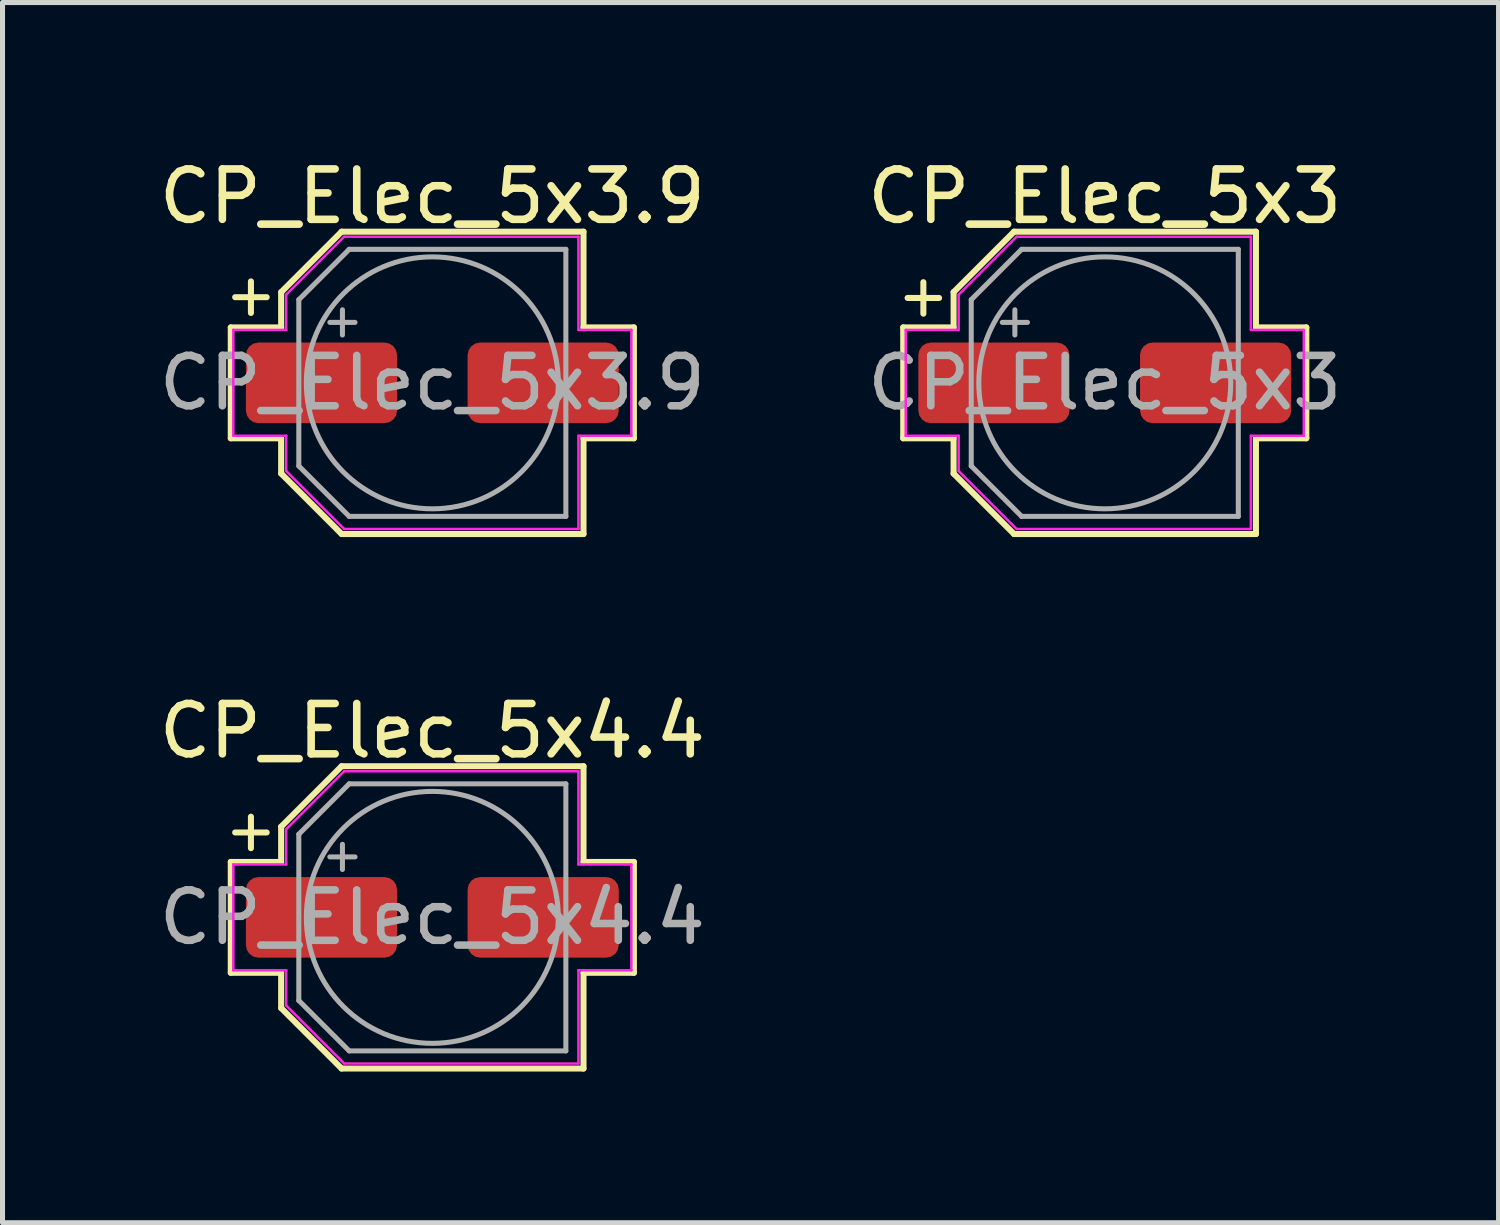
<source format=kicad_pcb>
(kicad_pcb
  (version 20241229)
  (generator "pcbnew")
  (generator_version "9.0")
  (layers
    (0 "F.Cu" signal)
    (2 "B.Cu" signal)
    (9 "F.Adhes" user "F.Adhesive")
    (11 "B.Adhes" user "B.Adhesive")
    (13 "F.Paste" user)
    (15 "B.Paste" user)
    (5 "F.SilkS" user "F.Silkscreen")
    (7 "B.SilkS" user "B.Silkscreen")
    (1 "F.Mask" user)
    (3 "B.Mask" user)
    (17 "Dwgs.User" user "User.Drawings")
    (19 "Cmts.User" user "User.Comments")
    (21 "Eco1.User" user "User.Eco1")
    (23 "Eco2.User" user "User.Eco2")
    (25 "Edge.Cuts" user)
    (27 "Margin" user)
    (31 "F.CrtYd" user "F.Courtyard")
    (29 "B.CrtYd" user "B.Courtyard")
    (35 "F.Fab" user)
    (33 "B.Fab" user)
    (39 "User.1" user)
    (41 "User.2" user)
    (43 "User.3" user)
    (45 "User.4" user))
  (footprint "CP_Elec_5x4.4"
    (layer "F.Cu")
    (at 5.53 15.156)
    (property "Reference" "CP_Elec_5x4.4" (at 0 -3.7 0) (layer "F.SilkS") (effects (font (size 1 1) (thickness 0.15))))
    (attr smd)
    (fp_line (start -4 -1.1) (end -4 1.1) (stroke (width 0.12) (type solid)) (layer "F.SilkS"))
    (fp_line (start -4 1.1) (end -3 1.1) (stroke (width 0.12) (type solid)) (layer "F.SilkS"))
    (fp_line (start -3.913 -1.685) (end -3.288 -1.685) (stroke (width 0.12) (type solid)) (layer "F.SilkS"))
    (fp_line (start -3.6 -1.998) (end -3.6 -1.373) (stroke (width 0.12) (type solid)) (layer "F.SilkS"))
    (fp_line (start -3 -1.8) (end -3 -1.1) (stroke (width 0.12) (type solid)) (layer "F.SilkS"))
    (fp_line (start -3 -1.1) (end -4 -1.1) (stroke (width 0.12) (type solid)) (layer "F.SilkS"))
    (fp_line (start -3 1.1) (end -3 1.8) (stroke (width 0.12) (type solid)) (layer "F.SilkS"))
    (fp_line (start -3 1.8) (end -1.8 3) (stroke (width 0.12) (type solid)) (layer "F.SilkS"))
    (fp_line (start -1.8 -3) (end -3 -1.8) (stroke (width 0.12) (type solid)) (layer "F.SilkS"))
    (fp_line (start -1.8 3) (end 3 3) (stroke (width 0.12) (type solid)) (layer "F.SilkS"))
    (fp_line (start 3 -3) (end -1.8 -3) (stroke (width 0.12) (type solid)) (layer "F.SilkS"))
    (fp_line (start 3 -1.1) (end 3 -3) (stroke (width 0.12) (type solid)) (layer "F.SilkS"))
    (fp_line (start 3 1.1) (end 4 1.1) (stroke (width 0.12) (type solid)) (layer "F.SilkS"))
    (fp_line (start 3 3) (end 3 1.1) (stroke (width 0.12) (type solid)) (layer "F.SilkS"))
    (fp_line (start 4 -1.1) (end 3 -1.1) (stroke (width 0.12) (type solid)) (layer "F.SilkS"))
    (fp_line (start 4 1.1) (end 4 -1.1) (stroke (width 0.12) (type solid)) (layer "F.SilkS"))
    (fp_line (start -3.95 -1.05) (end -3.95 1.05) (stroke (width 0.05) (type solid)) (layer "F.CrtYd"))
    (fp_line (start -3.95 1.05) (end -2.9 1.05) (stroke (width 0.05) (type solid)) (layer "F.CrtYd"))
    (fp_line (start -2.9 -1.75) (end -2.9 -1.05) (stroke (width 0.05) (type solid)) (layer "F.CrtYd"))
    (fp_line (start -2.9 -1.75) (end -1.75 -2.9) (stroke (width 0.05) (type solid)) (layer "F.CrtYd"))
    (fp_line (start -2.9 -1.05) (end -3.95 -1.05) (stroke (width 0.05) (type solid)) (layer "F.CrtYd"))
    (fp_line (start -2.9 1.05) (end -2.9 1.75) (stroke (width 0.05) (type solid)) (layer "F.CrtYd"))
    (fp_line (start -2.9 1.75) (end -1.75 2.9) (stroke (width 0.05) (type solid)) (layer "F.CrtYd"))
    (fp_line (start -1.75 -2.9) (end 2.9 -2.9) (stroke (width 0.05) (type solid)) (layer "F.CrtYd"))
    (fp_line (start -1.75 2.9) (end 2.9 2.9) (stroke (width 0.05) (type solid)) (layer "F.CrtYd"))
    (fp_line (start 2.9 -2.9) (end 2.9 -1.05) (stroke (width 0.05) (type solid)) (layer "F.CrtYd"))
    (fp_line (start 2.9 -1.05) (end 3.95 -1.05) (stroke (width 0.05) (type solid)) (layer "F.CrtYd"))
    (fp_line (start 2.9 1.05) (end 2.9 2.9) (stroke (width 0.05) (type solid)) (layer "F.CrtYd"))
    (fp_line (start 3.95 -1.05) (end 3.95 1.05) (stroke (width 0.05) (type solid)) (layer "F.CrtYd"))
    (fp_line (start 3.95 1.05) (end 2.9 1.05) (stroke (width 0.05) (type solid)) (layer "F.CrtYd"))
    (fp_line (start -2.65 -1.65) (end -2.65 1.65) (stroke (width 0.1) (type solid)) (layer "F.Fab"))
    (fp_line (start -2.65 -1.65) (end -1.65 -2.65) (stroke (width 0.1) (type solid)) (layer "F.Fab"))
    (fp_line (start -2.65 1.65) (end -1.65 2.65) (stroke (width 0.1) (type solid)) (layer "F.Fab"))
    (fp_line (start -2.034 -1.2) (end -1.534 -1.2) (stroke (width 0.1) (type solid)) (layer "F.Fab"))
    (fp_line (start -1.784 -1.45) (end -1.784 -0.95) (stroke (width 0.1) (type solid)) (layer "F.Fab"))
    (fp_line (start -1.65 -2.65) (end 2.65 -2.65) (stroke (width 0.1) (type solid)) (layer "F.Fab"))
    (fp_line (start -1.65 2.65) (end 2.65 2.65) (stroke (width 0.1) (type solid)) (layer "F.Fab"))
    (fp_line (start 2.65 -2.65) (end 2.65 2.65) (stroke (width 0.1) (type solid)) (layer "F.Fab"))
    (fp_circle (center 0 0) (end 2.5 0) (stroke (width 0.1) (type solid)) (fill no) (layer "F.Fab"))
    (fp_text user "${REFERENCE}" (at 0 0 0) (layer "F.Fab") (effects (font (size 1 1) (thickness 0.15))))
    (pad "1" smd roundrect (at -2.2 0) (size 3 1.6) (layers "F.Cu" "F.Mask" "F.Paste") (roundrect_rratio 0.156))
    (pad "2" smd roundrect (at 2.2 0) (size 3 1.6) (layers "F.Cu" "F.Mask" "F.Paste") (roundrect_rratio 0.156)))
  (footprint "CP_Elec_5x3.9"
    (layer "F.Cu")
    (at 5.53 4.548)
    (property "Reference" "CP_Elec_5x3.9" (at 0 -3.7 0) (layer "F.SilkS") (effects (font (size 1 1) (thickness 0.15))))
    (attr smd)
    (fp_line (start -4 -1.1) (end -3 -1.1) (stroke (width 0.12) (type solid)) (layer "F.SilkS"))
    (fp_line (start -4 1.1) (end -4 -1.1) (stroke (width 0.12) (type solid)) (layer "F.SilkS"))
    (fp_line (start -3.913 -1.7) (end -3.288 -1.7) (stroke (width 0.12) (type solid)) (layer "F.SilkS"))
    (fp_line (start -3.6 -2.013) (end -3.6 -1.387) (stroke (width 0.12) (type solid)) (layer "F.SilkS"))
    (fp_line (start -3 -1.8) (end -1.8 -3) (stroke (width 0.12) (type solid)) (layer "F.SilkS"))
    (fp_line (start -3 -1.1) (end -3 -1.8) (stroke (width 0.12) (type solid)) (layer "F.SilkS"))
    (fp_line (start -3 1.1) (end -4 1.1) (stroke (width 0.12) (type solid)) (layer "F.SilkS"))
    (fp_line (start -3 1.8) (end -3 1.1) (stroke (width 0.12) (type solid)) (layer "F.SilkS"))
    (fp_line (start -1.8 -3) (end 3 -3) (stroke (width 0.12) (type solid)) (layer "F.SilkS"))
    (fp_line (start -1.8 3) (end -3 1.8) (stroke (width 0.12) (type solid)) (layer "F.SilkS"))
    (fp_line (start 3 -3) (end 3 -1.1) (stroke (width 0.12) (type solid)) (layer "F.SilkS"))
    (fp_line (start 3 -1.1) (end 4 -1.1) (stroke (width 0.12) (type solid)) (layer "F.SilkS"))
    (fp_line (start 3 1.1) (end 3 3) (stroke (width 0.12) (type solid)) (layer "F.SilkS"))
    (fp_line (start 3 3) (end -1.8 3) (stroke (width 0.12) (type solid)) (layer "F.SilkS"))
    (fp_line (start 4 -1.1) (end 4 1.1) (stroke (width 0.12) (type solid)) (layer "F.SilkS"))
    (fp_line (start 4 1.1) (end 3 1.1) (stroke (width 0.12) (type solid)) (layer "F.SilkS"))
    (fp_line (start -3.95 -1.05) (end -3.95 1.05) (stroke (width 0.05) (type solid)) (layer "F.CrtYd"))
    (fp_line (start -3.95 1.05) (end -2.9 1.05) (stroke (width 0.05) (type solid)) (layer "F.CrtYd"))
    (fp_line (start -2.9 -1.75) (end -2.9 -1.05) (stroke (width 0.05) (type solid)) (layer "F.CrtYd"))
    (fp_line (start -2.9 -1.75) (end -1.75 -2.9) (stroke (width 0.05) (type solid)) (layer "F.CrtYd"))
    (fp_line (start -2.9 -1.05) (end -3.95 -1.05) (stroke (width 0.05) (type solid)) (layer "F.CrtYd"))
    (fp_line (start -2.9 1.05) (end -2.9 1.75) (stroke (width 0.05) (type solid)) (layer "F.CrtYd"))
    (fp_line (start -2.9 1.75) (end -1.75 2.9) (stroke (width 0.05) (type solid)) (layer "F.CrtYd"))
    (fp_line (start -1.75 -2.9) (end 2.9 -2.9) (stroke (width 0.05) (type solid)) (layer "F.CrtYd"))
    (fp_line (start -1.75 2.9) (end 2.9 2.9) (stroke (width 0.05) (type solid)) (layer "F.CrtYd"))
    (fp_line (start 2.9 -2.9) (end 2.9 -1.05) (stroke (width 0.05) (type solid)) (layer "F.CrtYd"))
    (fp_line (start 2.9 -1.05) (end 3.95 -1.05) (stroke (width 0.05) (type solid)) (layer "F.CrtYd"))
    (fp_line (start 2.9 1.05) (end 2.9 2.9) (stroke (width 0.05) (type solid)) (layer "F.CrtYd"))
    (fp_line (start 3.95 -1.05) (end 3.95 1.05) (stroke (width 0.05) (type solid)) (layer "F.CrtYd"))
    (fp_line (start 3.95 1.05) (end 2.9 1.05) (stroke (width 0.05) (type solid)) (layer "F.CrtYd"))
    (fp_line (start -2.65 -1.65) (end -2.65 1.65) (stroke (width 0.1) (type solid)) (layer "F.Fab"))
    (fp_line (start -2.65 -1.65) (end -1.65 -2.65) (stroke (width 0.1) (type solid)) (layer "F.Fab"))
    (fp_line (start -2.65 1.65) (end -1.65 2.65) (stroke (width 0.1) (type solid)) (layer "F.Fab"))
    (fp_line (start -2.034 -1.2) (end -1.534 -1.2) (stroke (width 0.1) (type solid)) (layer "F.Fab"))
    (fp_line (start -1.784 -1.45) (end -1.784 -0.95) (stroke (width 0.1) (type solid)) (layer "F.Fab"))
    (fp_line (start -1.65 -2.65) (end 2.65 -2.65) (stroke (width 0.1) (type solid)) (layer "F.Fab"))
    (fp_line (start -1.65 2.65) (end 2.65 2.65) (stroke (width 0.1) (type solid)) (layer "F.Fab"))
    (fp_line (start 2.65 -2.65) (end 2.65 2.65) (stroke (width 0.1) (type solid)) (layer "F.Fab"))
    (fp_circle (center 0 0) (end 2.5 0) (stroke (width 0.1) (type solid)) (fill no) (layer "F.Fab"))
    (fp_text user "${REFERENCE}" (at 0 0 0) (layer "F.Fab") (effects (font (size 1 1) (thickness 0.15))))
    (pad "1" smd roundrect (at -2.2 0) (size 3 1.6) (layers "F.Cu" "F.Mask" "F.Paste") (roundrect_rratio 0.156))
    (pad "2" smd roundrect (at 2.2 0) (size 3 1.6) (layers "F.Cu" "F.Mask" "F.Paste") (roundrect_rratio 0.156)))
  (footprint "CP_Elec_5x3"
    (layer "F.Cu")
    (at 18.875 4.548)
    (property "Reference" "CP_Elec_5x3" (at 0 -3.7 0) (layer "F.SilkS") (effects (font (size 1 1) (thickness 0.15))))
    (attr smd)
    (fp_line (start -4 -1.1) (end -4 1.1) (stroke (width 0.12) (type solid)) (layer "F.SilkS"))
    (fp_line (start -4 1.1) (end -3 1.1) (stroke (width 0.12) (type solid)) (layer "F.SilkS"))
    (fp_line (start -3.913 -1.685) (end -3.288 -1.685) (stroke (width 0.12) (type solid)) (layer "F.SilkS"))
    (fp_line (start -3.6 -1.998) (end -3.6 -1.373) (stroke (width 0.12) (type solid)) (layer "F.SilkS"))
    (fp_line (start -3 -1.8) (end -3 -1.1) (stroke (width 0.12) (type solid)) (layer "F.SilkS"))
    (fp_line (start -3 -1.1) (end -4 -1.1) (stroke (width 0.12) (type solid)) (layer "F.SilkS"))
    (fp_line (start -3 1.1) (end -3 1.8) (stroke (width 0.12) (type solid)) (layer "F.SilkS"))
    (fp_line (start -3 1.8) (end -1.8 3) (stroke (width 0.12) (type solid)) (layer "F.SilkS"))
    (fp_line (start -1.8 -3) (end -3 -1.8) (stroke (width 0.12) (type solid)) (layer "F.SilkS"))
    (fp_line (start -1.8 3) (end 3 3) (stroke (width 0.12) (type solid)) (layer "F.SilkS"))
    (fp_line (start 3 -3) (end -1.8 -3) (stroke (width 0.12) (type solid)) (layer "F.SilkS"))
    (fp_line (start 3 -1.1) (end 3 -3) (stroke (width 0.12) (type solid)) (layer "F.SilkS"))
    (fp_line (start 3 1.1) (end 4 1.1) (stroke (width 0.12) (type solid)) (layer "F.SilkS"))
    (fp_line (start 3 3) (end 3 1.1) (stroke (width 0.12) (type solid)) (layer "F.SilkS"))
    (fp_line (start 4 -1.1) (end 3 -1.1) (stroke (width 0.12) (type solid)) (layer "F.SilkS"))
    (fp_line (start 4 1.1) (end 4 -1.1) (stroke (width 0.12) (type solid)) (layer "F.SilkS"))
    (fp_line (start -3.95 -1.05) (end -3.95 1.05) (stroke (width 0.05) (type solid)) (layer "F.CrtYd"))
    (fp_line (start -3.95 1.05) (end -2.9 1.05) (stroke (width 0.05) (type solid)) (layer "F.CrtYd"))
    (fp_line (start -2.9 -1.75) (end -2.9 -1.05) (stroke (width 0.05) (type solid)) (layer "F.CrtYd"))
    (fp_line (start -2.9 -1.75) (end -1.75 -2.9) (stroke (width 0.05) (type solid)) (layer "F.CrtYd"))
    (fp_line (start -2.9 -1.05) (end -3.95 -1.05) (stroke (width 0.05) (type solid)) (layer "F.CrtYd"))
    (fp_line (start -2.9 1.05) (end -2.9 1.75) (stroke (width 0.05) (type solid)) (layer "F.CrtYd"))
    (fp_line (start -2.9 1.75) (end -1.75 2.9) (stroke (width 0.05) (type solid)) (layer "F.CrtYd"))
    (fp_line (start -1.75 -2.9) (end 2.9 -2.9) (stroke (width 0.05) (type solid)) (layer "F.CrtYd"))
    (fp_line (start -1.75 2.9) (end 2.9 2.9) (stroke (width 0.05) (type solid)) (layer "F.CrtYd"))
    (fp_line (start 2.9 -2.9) (end 2.9 -1.05) (stroke (width 0.05) (type solid)) (layer "F.CrtYd"))
    (fp_line (start 2.9 -1.05) (end 3.95 -1.05) (stroke (width 0.05) (type solid)) (layer "F.CrtYd"))
    (fp_line (start 2.9 1.05) (end 2.9 2.9) (stroke (width 0.05) (type solid)) (layer "F.CrtYd"))
    (fp_line (start 3.95 -1.05) (end 3.95 1.05) (stroke (width 0.05) (type solid)) (layer "F.CrtYd"))
    (fp_line (start 3.95 1.05) (end 2.9 1.05) (stroke (width 0.05) (type solid)) (layer "F.CrtYd"))
    (fp_line (start -2.65 -1.65) (end -2.65 1.65) (stroke (width 0.1) (type solid)) (layer "F.Fab"))
    (fp_line (start -2.65 -1.65) (end -1.65 -2.65) (stroke (width 0.1) (type solid)) (layer "F.Fab"))
    (fp_line (start -2.65 1.65) (end -1.65 2.65) (stroke (width 0.1) (type solid)) (layer "F.Fab"))
    (fp_line (start -2.034 -1.2) (end -1.534 -1.2) (stroke (width 0.1) (type solid)) (layer "F.Fab"))
    (fp_line (start -1.784 -1.45) (end -1.784 -0.95) (stroke (width 0.1) (type solid)) (layer "F.Fab"))
    (fp_line (start -1.65 -2.65) (end 2.65 -2.65) (stroke (width 0.1) (type solid)) (layer "F.Fab"))
    (fp_line (start -1.65 2.65) (end 2.65 2.65) (stroke (width 0.1) (type solid)) (layer "F.Fab"))
    (fp_line (start 2.65 -2.65) (end 2.65 2.65) (stroke (width 0.1) (type solid)) (layer "F.Fab"))
    (fp_circle (center 0 0) (end 2.5 0) (stroke (width 0.1) (type solid)) (fill no) (layer "F.Fab"))
    (fp_text user "${REFERENCE}" (at 0 0 0) (layer "F.Fab") (effects (font (size 1 1) (thickness 0.15))))
    (pad "1" smd roundrect (at -2.2 0) (size 3 1.6) (layers "F.Cu" "F.Mask" "F.Paste") (roundrect_rratio 0.156))
    (pad "2" smd roundrect (at 2.2 0) (size 3 1.6) (layers "F.Cu" "F.Mask" "F.Paste") (roundrect_rratio 0.156)))
  (gr_rect
    (start -3 -3)
    (end 26.69 21.216)
    (stroke (width 0.1) (type default))
    (fill no)
    (layer "Edge.Cuts")))
</source>
